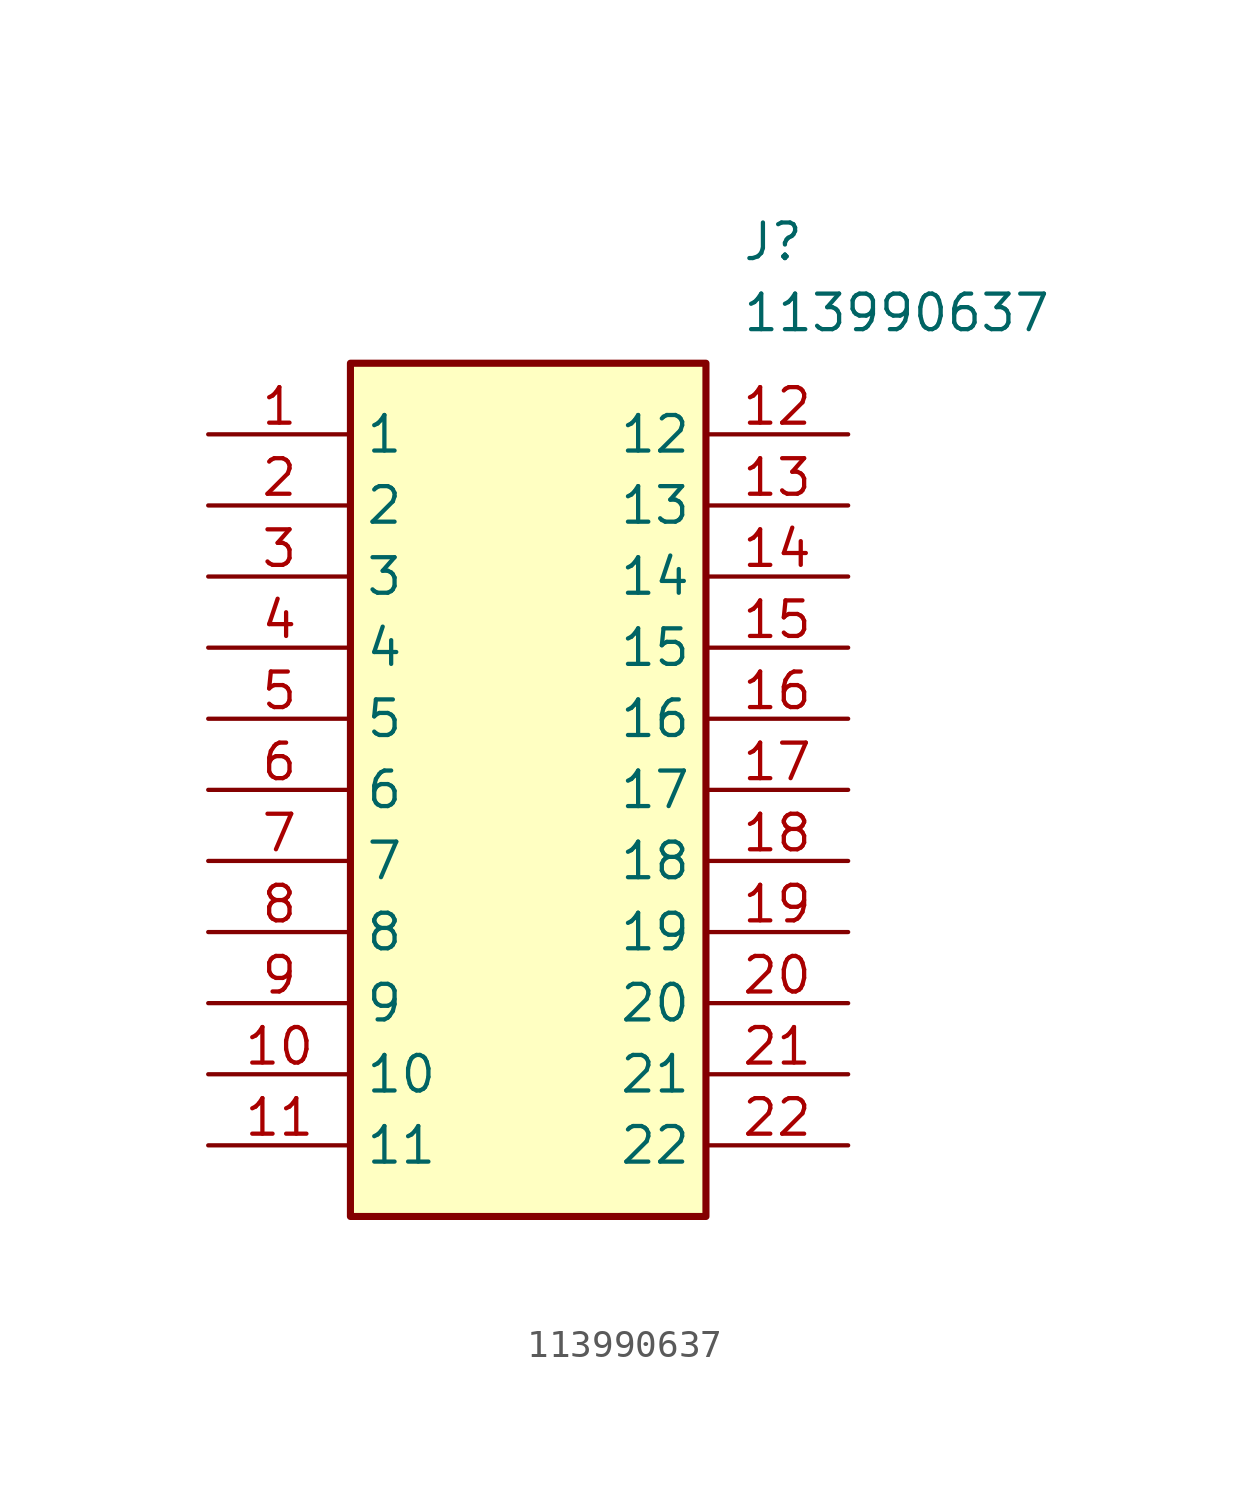
<source format=kicad_sym>
(kicad_symbol_lib
  (version 20211014)
  (generator SamacSys_ECAD_Model)
  (symbol "113990637"
    (property "Reference" "J"
      (at 19.05 7.62 0)
      (effects (font (size 1.27 1.27)) (justify left top)))
    (property "Value" "113990637"
      (at 19.05 5.08 0)
      (effects (font (size 1.27 1.27)) (justify left top)))
    (rectangle
      (start 5.08 2.54)
      (end 17.78 -27.94)
      (stroke (width 0.254) (type default))
      (fill (type background)))
    (pin passive line
      (at 0 0 0)
      (length 5.08)
      (name "1" (effects (font (size 1.27 1.27))))
      (number "1" (effects (font (size 1.27 1.27)))))
    (pin passive line
      (at 0 -2.54 0)
      (length 5.08)
      (name "2" (effects (font (size 1.27 1.27))))
      (number "2" (effects (font (size 1.27 1.27)))))
    (pin passive line
      (at 0 -5.08 0)
      (length 5.08)
      (name "3" (effects (font (size 1.27 1.27))))
      (number "3" (effects (font (size 1.27 1.27)))))
    (pin passive line
      (at 0 -7.62 0)
      (length 5.08)
      (name "4" (effects (font (size 1.27 1.27))))
      (number "4" (effects (font (size 1.27 1.27)))))
    (pin passive line
      (at 0 -10.16 0)
      (length 5.08)
      (name "5" (effects (font (size 1.27 1.27))))
      (number "5" (effects (font (size 1.27 1.27)))))
    (pin passive line
      (at 0 -12.7 0)
      (length 5.08)
      (name "6" (effects (font (size 1.27 1.27))))
      (number "6" (effects (font (size 1.27 1.27)))))
    (pin passive line
      (at 0 -15.24 0)
      (length 5.08)
      (name "7" (effects (font (size 1.27 1.27))))
      (number "7" (effects (font (size 1.27 1.27)))))
    (pin passive line
      (at 0 -17.78 0)
      (length 5.08)
      (name "8" (effects (font (size 1.27 1.27))))
      (number "8" (effects (font (size 1.27 1.27)))))
    (pin passive line
      (at 0 -20.32 0)
      (length 5.08)
      (name "9" (effects (font (size 1.27 1.27))))
      (number "9" (effects (font (size 1.27 1.27)))))
    (pin passive line
      (at 0 -22.86 0)
      (length 5.08)
      (name "10" (effects (font (size 1.27 1.27))))
      (number "10" (effects (font (size 1.27 1.27)))))
    (pin passive line
      (at 0 -25.4 0)
      (length 5.08)
      (name "11" (effects (font (size 1.27 1.27))))
      (number "11" (effects (font (size 1.27 1.27)))))
    (pin passive line
      (at 22.86 0 180)
      (length 5.08)
      (name "12" (effects (font (size 1.27 1.27))))
      (number "12" (effects (font (size 1.27 1.27)))))
    (pin passive line
      (at 22.86 -2.54 180)
      (length 5.08)
      (name "13" (effects (font (size 1.27 1.27))))
      (number "13" (effects (font (size 1.27 1.27)))))
    (pin passive line
      (at 22.86 -5.08 180)
      (length 5.08)
      (name "14" (effects (font (size 1.27 1.27))))
      (number "14" (effects (font (size 1.27 1.27)))))
    (pin passive line
      (at 22.86 -7.62 180)
      (length 5.08)
      (name "15" (effects (font (size 1.27 1.27))))
      (number "15" (effects (font (size 1.27 1.27)))))
    (pin passive line
      (at 22.86 -10.16 180)
      (length 5.08)
      (name "16" (effects (font (size 1.27 1.27))))
      (number "16" (effects (font (size 1.27 1.27)))))
    (pin passive line
      (at 22.86 -12.7 180)
      (length 5.08)
      (name "17" (effects (font (size 1.27 1.27))))
      (number "17" (effects (font (size 1.27 1.27)))))
    (pin passive line
      (at 22.86 -15.24 180)
      (length 5.08)
      (name "18" (effects (font (size 1.27 1.27))))
      (number "18" (effects (font (size 1.27 1.27)))))
    (pin passive line
      (at 22.86 -17.78 180)
      (length 5.08)
      (name "19" (effects (font (size 1.27 1.27))))
      (number "19" (effects (font (size 1.27 1.27)))))
    (pin passive line
      (at 22.86 -20.32 180)
      (length 5.08)
      (name "20" (effects (font (size 1.27 1.27))))
      (number "20" (effects (font (size 1.27 1.27)))))
    (pin passive line
      (at 22.86 -22.86 180)
      (length 5.08)
      (name "21" (effects (font (size 1.27 1.27))))
      (number "21" (effects (font (size 1.27 1.27)))))
    (pin passive line
      (at 22.86 -25.4 180)
      (length 5.08)
      (name "22" (effects (font (size 1.27 1.27))))
      (number "22" (effects (font (size 1.27 1.27)))))))
</source>
